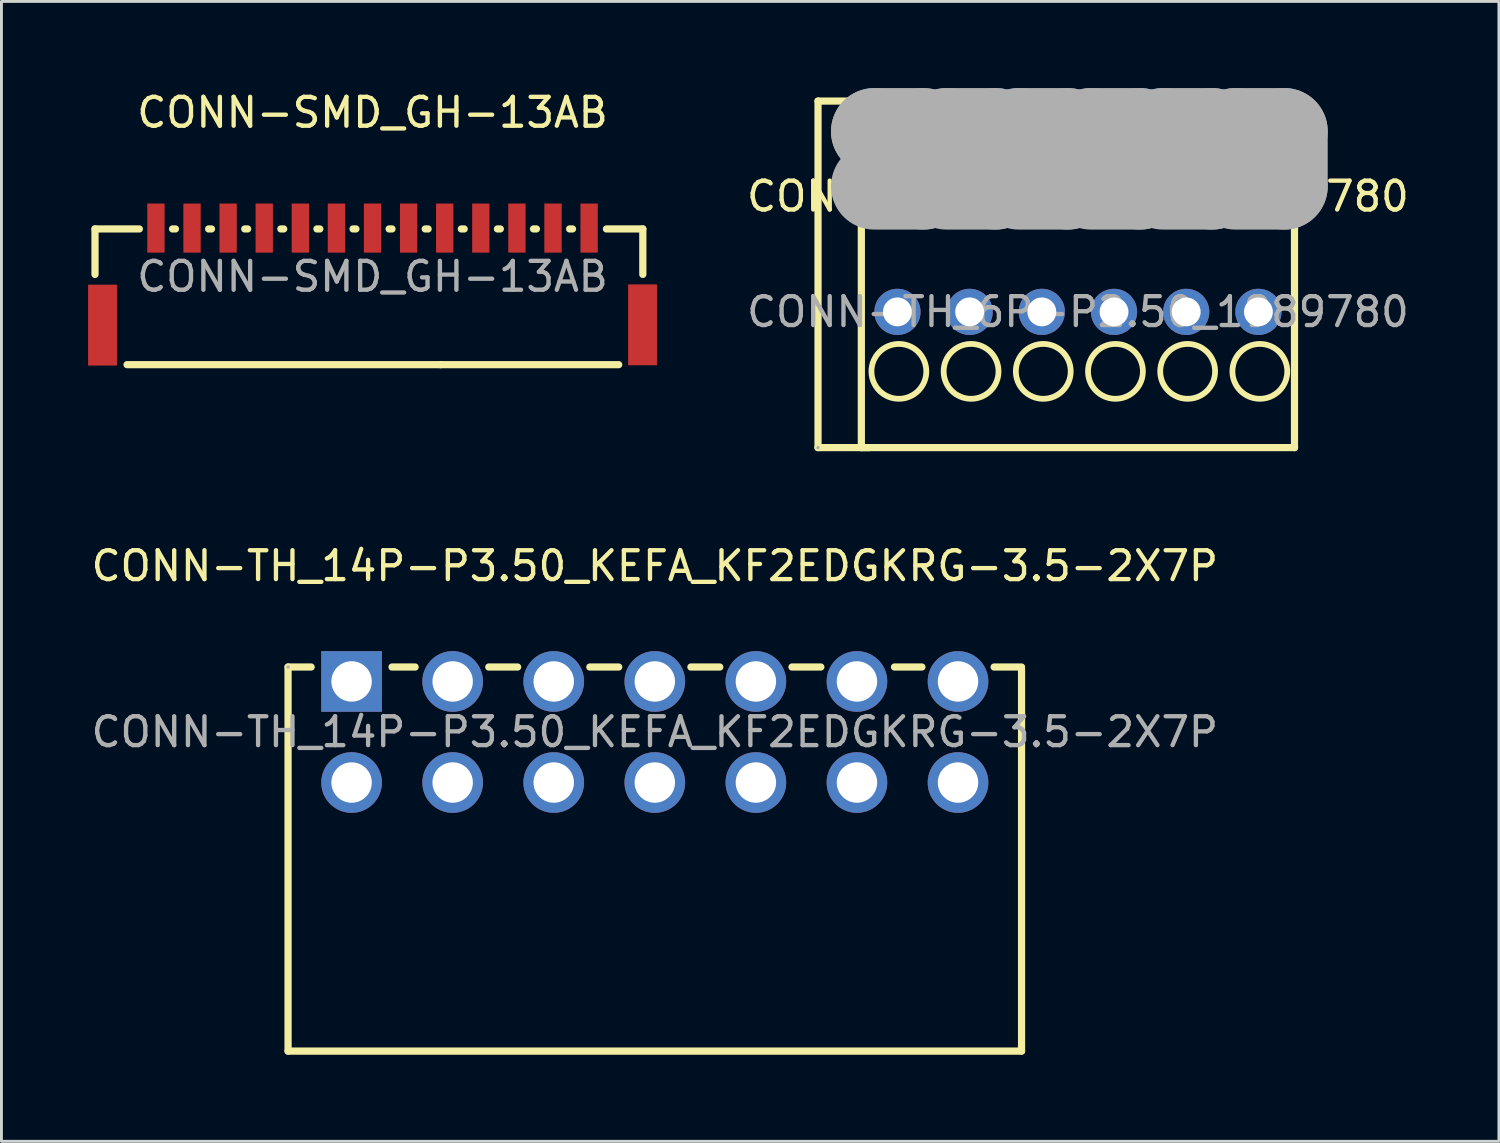
<source format=kicad_pcb>
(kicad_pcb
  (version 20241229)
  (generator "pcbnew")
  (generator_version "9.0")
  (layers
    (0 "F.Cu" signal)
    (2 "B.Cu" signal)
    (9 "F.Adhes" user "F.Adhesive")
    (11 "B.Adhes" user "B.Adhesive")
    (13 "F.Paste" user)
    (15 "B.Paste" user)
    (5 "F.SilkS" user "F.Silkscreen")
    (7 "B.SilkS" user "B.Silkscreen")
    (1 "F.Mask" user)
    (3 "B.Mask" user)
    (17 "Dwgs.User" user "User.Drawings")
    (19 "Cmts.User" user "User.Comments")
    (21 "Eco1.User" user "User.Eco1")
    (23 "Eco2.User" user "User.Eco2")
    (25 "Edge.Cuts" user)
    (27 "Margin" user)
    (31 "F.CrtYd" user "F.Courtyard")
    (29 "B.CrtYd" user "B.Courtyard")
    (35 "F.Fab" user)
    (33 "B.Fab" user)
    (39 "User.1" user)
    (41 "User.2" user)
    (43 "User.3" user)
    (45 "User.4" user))
  (footprint "CONN-TH_6P-P2.50_1989780"
    (layer "F.Cu")
    (at 25.292 12.45)
    (property "Reference" "CONN-TH_6P-P2.50_1989780" (at 8.985 -8.7 0) (layer "F.SilkS") (effects (font (size 1 1) (thickness 0.15))))
    (attr through_hole)
    (fp_line (start -0.015 -12) (end -0.015 0) (stroke (width 0.25) (type solid)) (layer "F.SilkS"))
    (fp_line (start 1.485 -12) (end 16.485 -12) (stroke (width 0.25) (type solid)) (layer "F.SilkS"))
    (fp_line (start 1.485 0) (end 1.485 -12) (stroke (width 0.25) (type solid)) (layer "F.SilkS"))
    (fp_line (start 1.715 -12) (end -0.015 -12) (stroke (width 0.25) (type solid)) (layer "F.SilkS"))
    (fp_line (start 1.765 0) (end -0.015 0) (stroke (width 0.25) (type solid)) (layer "F.SilkS"))
    (fp_line (start 16.485 -12) (end 16.485 0) (stroke (width 0.25) (type solid)) (layer "F.SilkS"))
    (fp_line (start 16.485 0) (end 1.485 0) (stroke (width 0.25) (type solid)) (layer "F.SilkS"))
    (fp_circle (center 2.785 -2.64) (end 3.735 -2.64) (stroke (width 0.2) (type solid)) (fill no) (layer "F.SilkS"))
    (fp_circle (center 5.285 -2.64) (end 6.235 -2.64) (stroke (width 0.2) (type solid)) (fill no) (layer "F.SilkS"))
    (fp_circle (center 7.785 -2.64) (end 8.735 -2.64) (stroke (width 0.2) (type solid)) (fill no) (layer "F.SilkS"))
    (fp_circle (center 10.285 -2.64) (end 11.235 -2.64) (stroke (width 0.2) (type solid)) (fill no) (layer "F.SilkS"))
    (fp_circle (center 12.785 -2.64) (end 13.735 -2.64) (stroke (width 0.2) (type solid)) (fill no) (layer "F.SilkS"))
    (fp_circle (center 15.285 -2.64) (end 16.235 -2.64) (stroke (width 0.2) (type solid)) (fill no) (layer "F.SilkS"))
    (fp_line (start 1.935 -10.95) (end 1.935 -10.95) (stroke (width 3) (type solid)) (layer "F.Fab"))
    (fp_line (start 1.935 -10.95) (end 3.635 -10.95) (stroke (width 3) (type solid)) (layer "F.Fab"))
    (fp_line (start 3.635 -10.95) (end 3.635 -9.05) (stroke (width 3) (type solid)) (layer "F.Fab"))
    (fp_line (start 3.635 -9.05) (end 1.935 -9.05) (stroke (width 3) (type solid)) (layer "F.Fab"))
    (fp_line (start 4.435 -10.95) (end 4.435 -10.95) (stroke (width 3) (type solid)) (layer "F.Fab"))
    (fp_line (start 4.435 -10.95) (end 6.135 -10.95) (stroke (width 3) (type solid)) (layer "F.Fab"))
    (fp_line (start 6.135 -10.95) (end 6.135 -9.05) (stroke (width 3) (type solid)) (layer "F.Fab"))
    (fp_line (start 6.135 -9.05) (end 4.435 -9.05) (stroke (width 3) (type solid)) (layer "F.Fab"))
    (fp_line (start 6.935 -10.95) (end 6.935 -10.95) (stroke (width 3) (type solid)) (layer "F.Fab"))
    (fp_line (start 6.935 -10.95) (end 8.635 -10.95) (stroke (width 3) (type solid)) (layer "F.Fab"))
    (fp_line (start 8.635 -10.95) (end 8.635 -9.05) (stroke (width 3) (type solid)) (layer "F.Fab"))
    (fp_line (start 8.635 -9.05) (end 6.935 -9.05) (stroke (width 3) (type solid)) (layer "F.Fab"))
    (fp_line (start 9.435 -10.95) (end 9.435 -10.95) (stroke (width 3) (type solid)) (layer "F.Fab"))
    (fp_line (start 9.435 -10.95) (end 11.135 -10.95) (stroke (width 3) (type solid)) (layer "F.Fab"))
    (fp_line (start 11.135 -10.95) (end 11.135 -9.05) (stroke (width 3) (type solid)) (layer "F.Fab"))
    (fp_line (start 11.135 -9.05) (end 9.435 -9.05) (stroke (width 3) (type solid)) (layer "F.Fab"))
    (fp_line (start 11.935 -10.95) (end 11.935 -10.95) (stroke (width 3) (type solid)) (layer "F.Fab"))
    (fp_line (start 11.935 -10.95) (end 13.635 -10.95) (stroke (width 3) (type solid)) (layer "F.Fab"))
    (fp_line (start 13.635 -10.95) (end 13.635 -9.05) (stroke (width 3) (type solid)) (layer "F.Fab"))
    (fp_line (start 13.635 -9.05) (end 11.935 -9.05) (stroke (width 3) (type solid)) (layer "F.Fab"))
    (fp_line (start 14.435 -10.95) (end 14.435 -10.95) (stroke (width 3) (type solid)) (layer "F.Fab"))
    (fp_line (start 14.435 -10.95) (end 16.135 -10.95) (stroke (width 3) (type solid)) (layer "F.Fab"))
    (fp_line (start 16.135 -10.95) (end 16.135 -9.05) (stroke (width 3) (type solid)) (layer "F.Fab"))
    (fp_line (start 16.135 -9.05) (end 14.435 -9.05) (stroke (width 3) (type solid)) (layer "F.Fab"))
    (fp_circle (center -0.015 0) (end 0.015 0) (stroke (width 0.06) (type solid)) (fill no) (layer "F.Fab"))
    (fp_text user "${REFERENCE}" (at 8.985 -4.7 0) (layer "F.Fab") (effects (font (size 1 1) (thickness 0.15))))
    (pad "1" thru_hole circle (at 2.735 -4.7) (size 1.6 1.6) (drill 1) (layers "*.Cu" "*.Mask"))
    (pad "2" thru_hole circle (at 5.235 -4.7) (size 1.6 1.6) (drill 1) (layers "*.Cu" "*.Mask"))
    (pad "3" thru_hole circle (at 7.735 -4.7) (size 1.6 1.6) (drill 1) (layers "*.Cu" "*.Mask"))
    (pad "4" thru_hole circle (at 10.235 -4.7) (size 1.6 1.6) (drill 1) (layers "*.Cu" "*.Mask"))
    (pad "5" thru_hole circle (at 12.735 -4.7) (size 1.6 1.6) (drill 1) (layers "*.Cu" "*.Mask"))
    (pad "6" thru_hole circle (at 15.235 -4.7) (size 1.6 1.6) (drill 1) (layers "*.Cu" "*.Mask")))
  (footprint "CONN-SMD_GH-13AB"
    (layer "F.Cu")
    (at 9.85 6.528)
    (property "Reference" "CONN-SMD_GH-13AB" (at 0 -5.68 0) (layer "F.SilkS") (effects (font (size 1 1) (thickness 0.15))))
    (attr through_hole)
    (fp_line (start -9.61 -1.65) (end -8.075 -1.65) (stroke (width 0.25) (type solid)) (layer "F.SilkS"))
    (fp_line (start -9.61 -0.075) (end -9.61 -1.65) (stroke (width 0.25) (type solid)) (layer "F.SilkS"))
    (fp_line (start -8.5 3.05) (end 2.36 3.05) (stroke (width 0.25) (type solid)) (layer "F.SilkS"))
    (fp_line (start -6.925 -1.65) (end -6.825 -1.65) (stroke (width 0.25) (type solid)) (layer "F.SilkS"))
    (fp_line (start -5.675 -1.65) (end -5.575 -1.65) (stroke (width 0.25) (type solid)) (layer "F.SilkS"))
    (fp_line (start -4.425 -1.65) (end -4.325 -1.65) (stroke (width 0.25) (type solid)) (layer "F.SilkS"))
    (fp_line (start -3.175 -1.65) (end -3.075 -1.65) (stroke (width 0.25) (type solid)) (layer "F.SilkS"))
    (fp_line (start -1.925 -1.65) (end -1.825 -1.65) (stroke (width 0.25) (type solid)) (layer "F.SilkS"))
    (fp_line (start -0.675 -1.65) (end -0.575 -1.65) (stroke (width 0.25) (type solid)) (layer "F.SilkS"))
    (fp_line (start 0.575 -1.65) (end 0.675 -1.65) (stroke (width 0.25) (type solid)) (layer "F.SilkS"))
    (fp_line (start 1.825 -1.65) (end 1.925 -1.65) (stroke (width 0.25) (type solid)) (layer "F.SilkS"))
    (fp_line (start 2.36 3.05) (end 8.525 3.05) (stroke (width 0.25) (type solid)) (layer "F.SilkS"))
    (fp_line (start 3.075 -1.65) (end 3.175 -1.65) (stroke (width 0.25) (type solid)) (layer "F.SilkS"))
    (fp_line (start 4.325 -1.65) (end 4.425 -1.65) (stroke (width 0.25) (type solid)) (layer "F.SilkS"))
    (fp_line (start 5.575 -1.65) (end 5.675 -1.65) (stroke (width 0.25) (type solid)) (layer "F.SilkS"))
    (fp_line (start 6.825 -1.65) (end 6.925 -1.65) (stroke (width 0.25) (type solid)) (layer "F.SilkS"))
    (fp_line (start 8.1 -1.65) (end 9.36 -1.65) (stroke (width 0.25) (type solid)) (layer "F.SilkS"))
    (fp_line (start 9.36 -1.65) (end 9.36 -0.075) (stroke (width 0.25) (type solid)) (layer "F.SilkS"))
    (fp_text user "${REFERENCE}" (at 0 0 0) (layer "F.Fab") (effects (font (size 1 1) (thickness 0.15))))
    (pad "1" smd rect (at -7.5 -1.68) (size 0.6 1.7) (layers "F.Cu" "F.Mask" "F.Paste"))
    (pad "2" smd rect (at -6.25 -1.68) (size 0.6 1.7) (layers "F.Cu" "F.Mask" "F.Paste"))
    (pad "3" smd rect (at -5 -1.68) (size 0.6 1.7) (layers "F.Cu" "F.Mask" "F.Paste"))
    (pad "4" smd rect (at -3.75 -1.68) (size 0.6 1.7) (layers "F.Cu" "F.Mask" "F.Paste"))
    (pad "5" smd rect (at -2.5 -1.68) (size 0.6 1.7) (layers "F.Cu" "F.Mask" "F.Paste"))
    (pad "6" smd rect (at -1.25 -1.68) (size 0.6 1.7) (layers "F.Cu" "F.Mask" "F.Paste"))
    (pad "7" smd rect (at 0 -1.68) (size 0.6 1.7) (layers "F.Cu" "F.Mask" "F.Paste"))
    (pad "8" smd rect (at 1.25 -1.68) (size 0.6 1.7) (layers "F.Cu" "F.Mask" "F.Paste"))
    (pad "9" smd rect (at 2.5 -1.68) (size 0.6 1.7) (layers "F.Cu" "F.Mask" "F.Paste"))
    (pad "10" smd rect (at 3.75 -1.68) (size 0.6 1.7) (layers "F.Cu" "F.Mask" "F.Paste"))
    (pad "11" smd rect (at 5 -1.68) (size 0.6 1.7) (layers "F.Cu" "F.Mask" "F.Paste"))
    (pad "12" smd rect (at 6.25 -1.68) (size 0.6 1.7) (layers "F.Cu" "F.Mask" "F.Paste"))
    (pad "13" smd rect (at 7.5 -1.68) (size 0.6 1.7) (layers "F.Cu" "F.Mask" "F.Paste"))
    (pad "14" smd rect (at 9.35 1.67 180) (size 1 2.8) (layers "F.Cu" "F.Mask" "F.Paste"))
    (pad "15" smd rect (at -9.35 1.68) (size 1 2.8) (layers "F.Cu" "F.Mask" "F.Paste")))
  (footprint "CONN-TH_14P-P3.50_KEFA_KF2EDGKRG-3.5-2X7P"
    (layer "F.Cu")
    (at 19.625 22.298)
    (property "Reference" "CONN-TH_14P-P3.50_KEFA_KF2EDGKRG-3.5-2X7P" (at 0 -5.75 0) (layer "F.SilkS") (effects (font (size 1 1) (thickness 0.15))))
    (attr through_hole)
    (fp_line (start -12.7 -2.25) (end -11.9 -2.25) (stroke (width 0.25) (type solid)) (layer "F.SilkS"))
    (fp_line (start -12.7 11.05) (end -12.7 -2.25) (stroke (width 0.25) (type solid)) (layer "F.SilkS"))
    (fp_line (start -12.7 11.05) (end 12.7 11.05) (stroke (width 0.25) (type solid)) (layer "F.SilkS"))
    (fp_line (start -9.1 -2.25) (end -8.3 -2.25) (stroke (width 0.25) (type solid)) (layer "F.SilkS"))
    (fp_line (start -5.75 -2.25) (end -4.75 -2.25) (stroke (width 0.25) (type solid)) (layer "F.SilkS"))
    (fp_line (start -2.25 -2.25) (end -1.25 -2.25) (stroke (width 0.25) (type solid)) (layer "F.SilkS"))
    (fp_line (start 1.25 -2.25) (end 2.25 -2.25) (stroke (width 0.25) (type solid)) (layer "F.SilkS"))
    (fp_line (start 4.75 -2.25) (end 5.75 -2.25) (stroke (width 0.25) (type solid)) (layer "F.SilkS"))
    (fp_line (start 8.3 -2.25) (end 9.25 -2.25) (stroke (width 0.25) (type solid)) (layer "F.SilkS"))
    (fp_line (start 11.75 -2.25) (end 12.7 -2.25) (stroke (width 0.25) (type solid)) (layer "F.SilkS"))
    (fp_line (start 12.7 11.05) (end 12.7 -2.16) (stroke (width 0.25) (type solid)) (layer "F.SilkS"))
    (fp_circle (center -12.7 -2.25) (end -12.67 -2.25) (stroke (width 0.06) (type solid)) (fill no) (layer "F.Fab"))
    (fp_text user "${REFERENCE}" (at 0 0 0) (layer "F.Fab") (effects (font (size 1 1) (thickness 0.15))))
    (pad "1" thru_hole rect (at -10.5 -1.75) (size 2.1 2.1) (drill 1.4) (layers "*.Cu" "*.Mask"))
    (pad "2" thru_hole circle (at -10.5 1.75) (size 2.1 2.1) (drill 1.4) (layers "*.Cu" "*.Mask"))
    (pad "3" thru_hole circle (at -7 -1.75) (size 2.1 2.1) (drill 1.4) (layers "*.Cu" "*.Mask"))
    (pad "4" thru_hole circle (at -7 1.75) (size 2.1 2.1) (drill 1.4) (layers "*.Cu" "*.Mask"))
    (pad "5" thru_hole circle (at -3.5 -1.75) (size 2.1 2.1) (drill 1.4) (layers "*.Cu" "*.Mask"))
    (pad "6" thru_hole circle (at -3.5 1.75) (size 2.1 2.1) (drill 1.4) (layers "*.Cu" "*.Mask"))
    (pad "7" thru_hole circle (at 0 -1.75) (size 2.1 2.1) (drill 1.4) (layers "*.Cu" "*.Mask"))
    (pad "8" thru_hole circle (at 0 1.75) (size 2.1 2.1) (drill 1.4) (layers "*.Cu" "*.Mask"))
    (pad "9" thru_hole circle (at 3.5 -1.75) (size 2.1 2.1) (drill 1.4) (layers "*.Cu" "*.Mask"))
    (pad "10" thru_hole circle (at 3.5 1.75) (size 2.1 2.1) (drill 1.4) (layers "*.Cu" "*.Mask"))
    (pad "11" thru_hole circle (at 7 -1.75) (size 2.1 2.1) (drill 1.4) (layers "*.Cu" "*.Mask"))
    (pad "12" thru_hole circle (at 7 1.75) (size 2.1 2.1) (drill 1.4) (layers "*.Cu" "*.Mask"))
    (pad "13" thru_hole circle (at 10.5 -1.75) (size 2.1 2.1) (drill 1.4) (layers "*.Cu" "*.Mask"))
    (pad "14" thru_hole circle (at 10.5 1.75) (size 2.1 2.1) (drill 1.4) (layers "*.Cu" "*.Mask")))
  (gr_rect
    (start -3 -3)
    (end 48.855 36.473)
    (stroke (width 0.1) (type default))
    (fill no)
    (layer "Edge.Cuts")))
</source>
